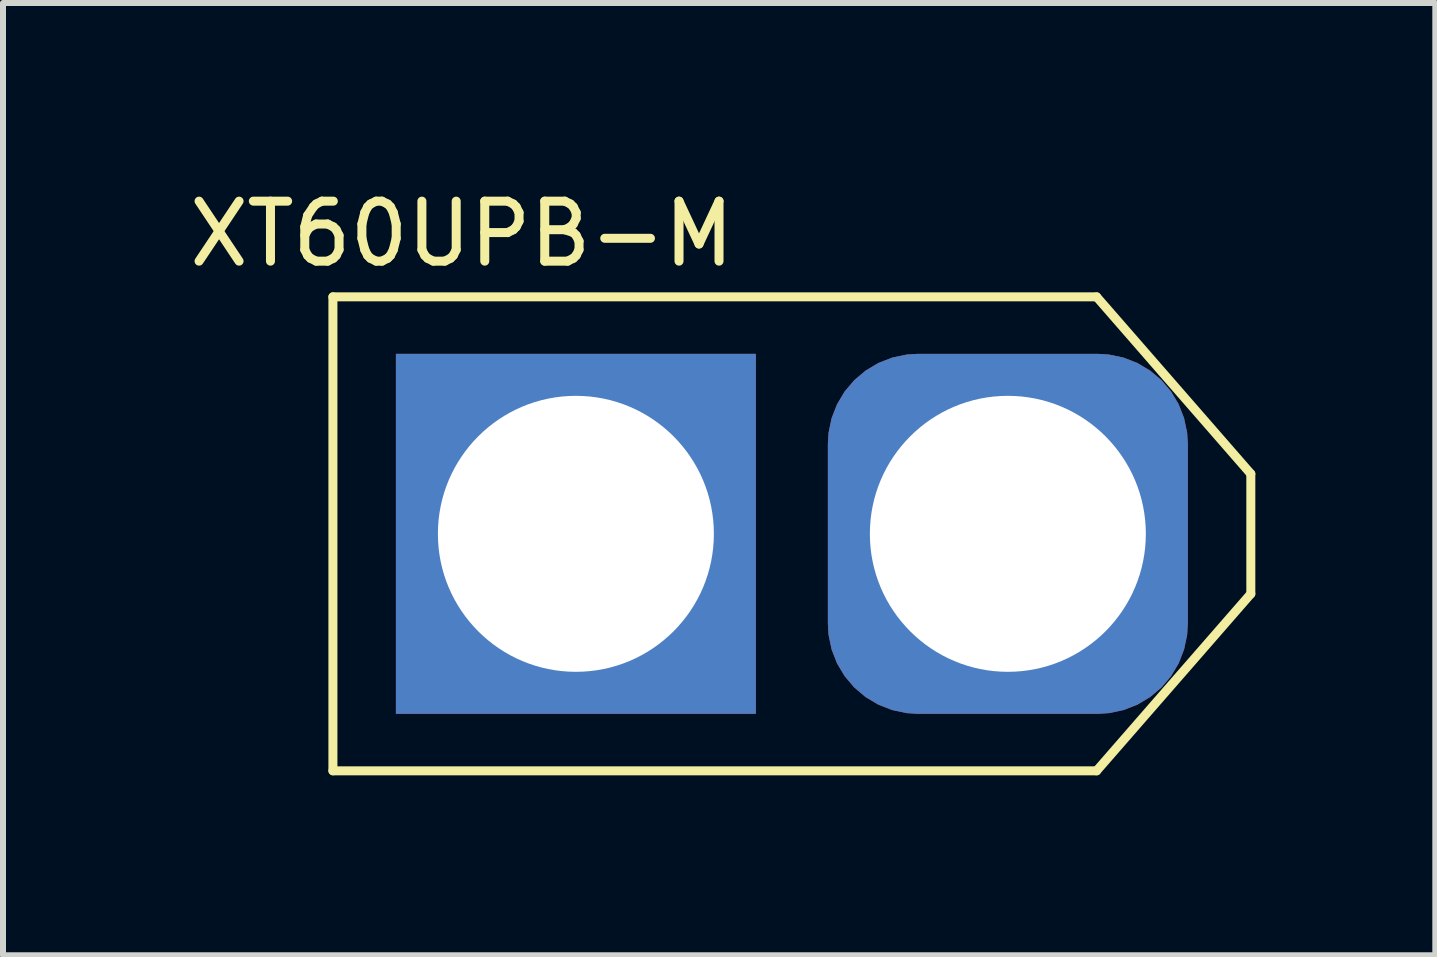
<source format=kicad_pcb>
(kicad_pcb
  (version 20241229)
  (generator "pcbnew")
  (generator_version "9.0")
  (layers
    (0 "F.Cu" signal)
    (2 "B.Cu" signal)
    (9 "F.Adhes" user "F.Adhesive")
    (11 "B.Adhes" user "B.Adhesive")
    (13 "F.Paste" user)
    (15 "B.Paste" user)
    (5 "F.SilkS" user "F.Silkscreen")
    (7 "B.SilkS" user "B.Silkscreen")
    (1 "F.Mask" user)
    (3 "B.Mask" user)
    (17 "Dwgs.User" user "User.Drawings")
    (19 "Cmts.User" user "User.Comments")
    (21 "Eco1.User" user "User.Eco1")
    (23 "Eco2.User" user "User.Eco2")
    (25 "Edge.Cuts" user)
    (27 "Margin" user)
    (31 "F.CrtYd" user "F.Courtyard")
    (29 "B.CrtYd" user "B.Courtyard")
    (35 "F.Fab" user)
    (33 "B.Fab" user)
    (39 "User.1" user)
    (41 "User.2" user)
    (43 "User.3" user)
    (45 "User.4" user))
  (footprint "XT60UPB-M"
    (layer "F.Cu")
    (at 10.149 5.848)
    (property "Reference" "XT60UPB-M" (at -5.5 -5 0) (layer "F.SilkS") (effects (font (size 1 1) (thickness 0.15))))
    (attr through_hole)
    (fp_line (start -7.65 -3.95) (end -7.65 3.95) (stroke (width 0.15) (type solid)) (layer "F.SilkS"))
    (fp_line (start -7.65 -3.95) (end 5.08 -3.95) (stroke (width 0.15) (type solid)) (layer "F.SilkS"))
    (fp_line (start -7.65 3.95) (end 5.08 3.95) (stroke (width 0.15) (type solid)) (layer "F.SilkS"))
    (fp_line (start 5.08 -3.95) (end 7.65 -1) (stroke (width 0.15) (type solid)) (layer "F.SilkS"))
    (fp_line (start 5.08 3.95) (end 7.65 1) (stroke (width 0.15) (type solid)) (layer "F.SilkS"))
    (fp_line (start 7.65 1) (end 7.65 -1) (stroke (width 0.15) (type solid)) (layer "F.SilkS"))
    (pad "1" thru_hole rect (at -3.6 0) (size 6 6) (drill 4.6) (layers "*.Cu" "*.Mask"))
    (pad "2" thru_hole roundrect (at 3.6 0) (size 6 6) (drill 4.6) (layers "*.Cu" "*.Mask") (roundrect_rratio 0.25)))
  (gr_rect
    (start -3 -3)
    (end 20.874 12.873)
    (stroke (width 0.1) (type default))
    (fill no)
    (layer "Edge.Cuts")))
</source>
